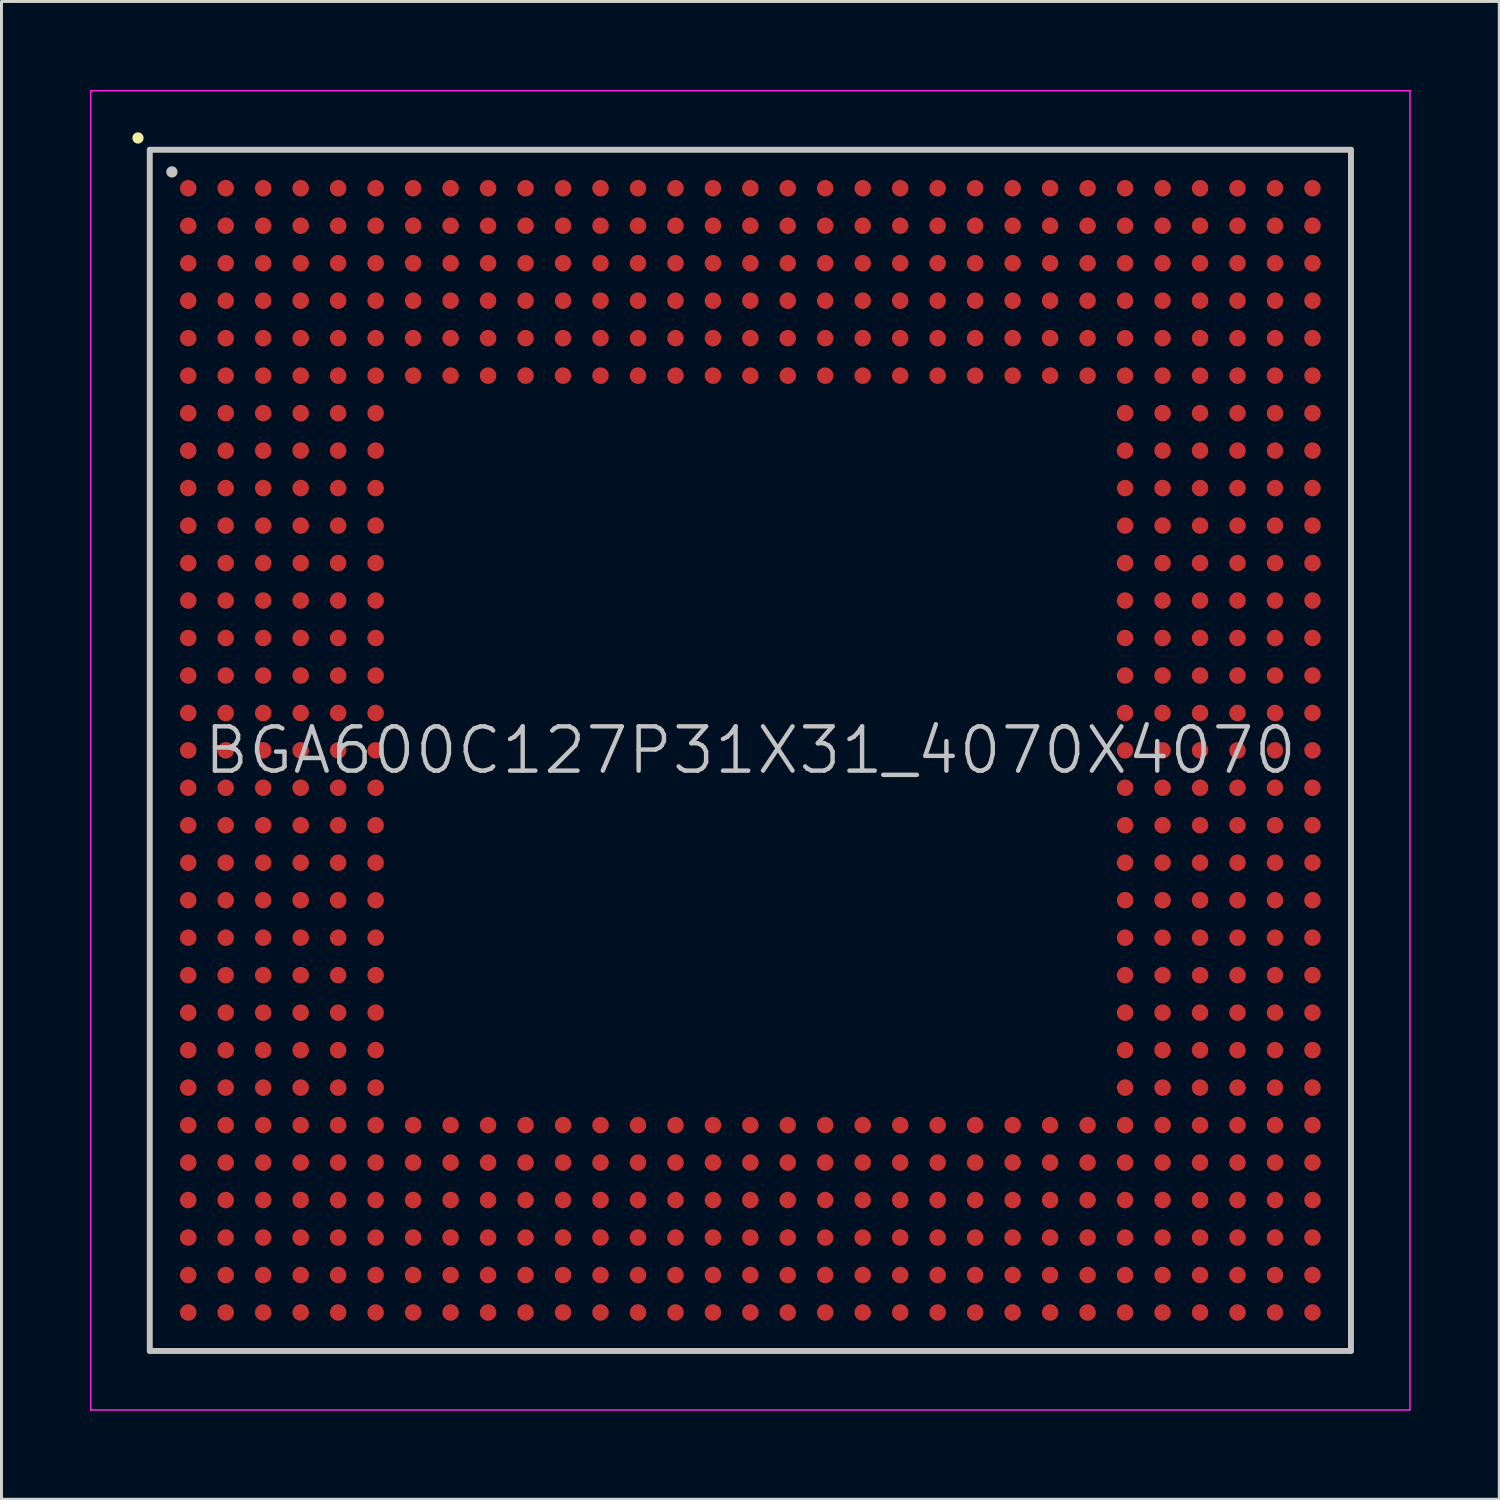
<source format=kicad_pcb>
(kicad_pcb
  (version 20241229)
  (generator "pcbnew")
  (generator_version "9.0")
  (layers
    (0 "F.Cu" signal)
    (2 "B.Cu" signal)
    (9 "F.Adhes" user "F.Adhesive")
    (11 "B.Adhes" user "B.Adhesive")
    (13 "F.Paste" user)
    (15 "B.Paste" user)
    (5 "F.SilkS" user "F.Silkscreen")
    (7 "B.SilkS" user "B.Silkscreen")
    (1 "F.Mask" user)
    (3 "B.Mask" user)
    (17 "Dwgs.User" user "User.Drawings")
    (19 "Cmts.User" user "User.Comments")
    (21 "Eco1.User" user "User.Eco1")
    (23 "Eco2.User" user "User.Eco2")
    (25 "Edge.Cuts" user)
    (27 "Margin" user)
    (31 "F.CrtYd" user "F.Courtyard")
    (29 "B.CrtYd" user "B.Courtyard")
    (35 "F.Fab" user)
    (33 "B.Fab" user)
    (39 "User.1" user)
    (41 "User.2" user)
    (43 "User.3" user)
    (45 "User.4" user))
  (footprint "BGA600C127P31X31_4070X4070"
    (layer "F.Cu")
    (at 22.375 22.375)
    (property "Reference" "BGA600C127P31X31_4070X4070" (at 0 0 0) (layer "Dwgs.User") (effects (font (size 1.5 1.5) (thickness 0.15))))
    (attr smd)
    (fp_line (start -20.75 -20.75) (end -20.75 -20.75) (stroke (width 0.381) (type solid)) (layer "F.SilkS"))
    (fp_line (start -20.35 -20.35) (end -20.35 20.35) (stroke (width 0.2) (type solid)) (layer "Dwgs.User"))
    (fp_line (start -20.35 -20.35) (end 20.35 -20.35) (stroke (width 0.2) (type solid)) (layer "Dwgs.User"))
    (fp_line (start -20.35 20.35) (end 20.35 20.35) (stroke (width 0.2) (type solid)) (layer "Dwgs.User"))
    (fp_line (start -19.6 -19.6) (end -19.6 -19.6) (stroke (width 0.381) (type solid)) (layer "Dwgs.User"))
    (fp_line (start 20.35 -20.35) (end 20.35 20.35) (stroke (width 0.2) (type solid)) (layer "Dwgs.User"))
    (fp_line (start -22.35 -22.35) (end -22.35 22.35) (stroke (width 0.05) (type solid)) (layer "F.CrtYd"))
    (fp_line (start -22.35 -22.35) (end 22.35 -22.35) (stroke (width 0.05) (type solid)) (layer "F.CrtYd"))
    (fp_line (start -22.35 22.35) (end 22.35 22.35) (stroke (width 0.05) (type solid)) (layer "F.CrtYd"))
    (fp_line (start 22.35 -22.35) (end 22.35 22.35) (stroke (width 0.05) (type solid)) (layer "F.CrtYd"))
    (pad "A1" smd circle (at -19.047 -19.047 270) (size 0.56 0.56) (layers "F.Cu" "F.Mask" "F.Paste"))
    (pad "A2" smd circle (at -17.777 -19.047 270) (size 0.56 0.56) (layers "F.Cu" "F.Mask" "F.Paste"))
    (pad "A3" smd circle (at -16.507 -19.047 270) (size 0.56 0.56) (layers "F.Cu" "F.Mask" "F.Paste"))
    (pad "A4" smd circle (at -15.237 -19.047 270) (size 0.56 0.56) (layers "F.Cu" "F.Mask" "F.Paste"))
    (pad "A5" smd circle (at -13.967 -19.047 270) (size 0.56 0.56) (layers "F.Cu" "F.Mask" "F.Paste"))
    (pad "A6" smd circle (at -12.697 -19.047 270) (size 0.56 0.56) (layers "F.Cu" "F.Mask" "F.Paste"))
    (pad "A7" smd circle (at -11.427 -19.047 270) (size 0.56 0.56) (layers "F.Cu" "F.Mask" "F.Paste"))
    (pad "A8" smd circle (at -10.157 -19.047 270) (size 0.56 0.56) (layers "F.Cu" "F.Mask" "F.Paste"))
    (pad "A9" smd circle (at -8.887 -19.047 270) (size 0.56 0.56) (layers "F.Cu" "F.Mask" "F.Paste"))
    (pad "A10" smd circle (at -7.617 -19.047 270) (size 0.56 0.56) (layers "F.Cu" "F.Mask" "F.Paste"))
    (pad "A11" smd circle (at -6.347 -19.047 270) (size 0.56 0.56) (layers "F.Cu" "F.Mask" "F.Paste"))
    (pad "A12" smd circle (at -5.077 -19.047 270) (size 0.56 0.56) (layers "F.Cu" "F.Mask" "F.Paste"))
    (pad "A13" smd circle (at -3.807 -19.047 270) (size 0.56 0.56) (layers "F.Cu" "F.Mask" "F.Paste"))
    (pad "A14" smd circle (at -2.537 -19.047 270) (size 0.56 0.56) (layers "F.Cu" "F.Mask" "F.Paste"))
    (pad "A15" smd circle (at -1.267 -19.047 270) (size 0.56 0.56) (layers "F.Cu" "F.Mask" "F.Paste"))
    (pad "A16" smd circle (at 0 -19.047 270) (size 0.56 0.56) (layers "F.Cu" "F.Mask" "F.Paste"))
    (pad "A17" smd circle (at 1.267 -19.047 270) (size 0.56 0.56) (layers "F.Cu" "F.Mask" "F.Paste"))
    (pad "A18" smd circle (at 2.537 -19.047 270) (size 0.56 0.56) (layers "F.Cu" "F.Mask" "F.Paste"))
    (pad "A19" smd circle (at 3.807 -19.047 270) (size 0.56 0.56) (layers "F.Cu" "F.Mask" "F.Paste"))
    (pad "A20" smd circle (at 5.077 -19.047 270) (size 0.56 0.56) (layers "F.Cu" "F.Mask" "F.Paste"))
    (pad "A21" smd circle (at 6.347 -19.047 270) (size 0.56 0.56) (layers "F.Cu" "F.Mask" "F.Paste"))
    (pad "A22" smd circle (at 7.617 -19.047 270) (size 0.56 0.56) (layers "F.Cu" "F.Mask" "F.Paste"))
    (pad "A23" smd circle (at 8.887 -19.047 270) (size 0.56 0.56) (layers "F.Cu" "F.Mask" "F.Paste"))
    (pad "A24" smd circle (at 10.157 -19.047 270) (size 0.56 0.56) (layers "F.Cu" "F.Mask" "F.Paste"))
    (pad "A25" smd circle (at 11.427 -19.047 270) (size 0.56 0.56) (layers "F.Cu" "F.Mask" "F.Paste"))
    (pad "A26" smd circle (at 12.697 -19.047 270) (size 0.56 0.56) (layers "F.Cu" "F.Mask" "F.Paste"))
    (pad "A27" smd circle (at 13.967 -19.047 270) (size 0.56 0.56) (layers "F.Cu" "F.Mask" "F.Paste"))
    (pad "A28" smd circle (at 15.237 -19.047 270) (size 0.56 0.56) (layers "F.Cu" "F.Mask" "F.Paste"))
    (pad "A29" smd circle (at 16.507 -19.047 270) (size 0.56 0.56) (layers "F.Cu" "F.Mask" "F.Paste"))
    (pad "A30" smd circle (at 17.777 -19.047 270) (size 0.56 0.56) (layers "F.Cu" "F.Mask" "F.Paste"))
    (pad "A31" smd circle (at 19.047 -19.047 270) (size 0.56 0.56) (layers "F.Cu" "F.Mask" "F.Paste"))
    (pad "AA1" smd circle (at -19.047 6.347 270) (size 0.56 0.56) (layers "F.Cu" "F.Mask" "F.Paste"))
    (pad "AA2" smd circle (at -17.777 6.347 270) (size 0.56 0.56) (layers "F.Cu" "F.Mask" "F.Paste"))
    (pad "AA3" smd circle (at -16.507 6.347 270) (size 0.56 0.56) (layers "F.Cu" "F.Mask" "F.Paste"))
    (pad "AA4" smd circle (at -15.237 6.347 270) (size 0.56 0.56) (layers "F.Cu" "F.Mask" "F.Paste"))
    (pad "AA5" smd circle (at -13.967 6.347 270) (size 0.56 0.56) (layers "F.Cu" "F.Mask" "F.Paste"))
    (pad "AA6" smd circle (at -12.697 6.347 270) (size 0.56 0.56) (layers "F.Cu" "F.Mask" "F.Paste"))
    (pad "AA26" smd circle (at 12.697 6.347 270) (size 0.56 0.56) (layers "F.Cu" "F.Mask" "F.Paste"))
    (pad "AA27" smd circle (at 13.967 6.347 270) (size 0.56 0.56) (layers "F.Cu" "F.Mask" "F.Paste"))
    (pad "AA28" smd circle (at 15.237 6.347 270) (size 0.56 0.56) (layers "F.Cu" "F.Mask" "F.Paste"))
    (pad "AA29" smd circle (at 16.507 6.347 270) (size 0.56 0.56) (layers "F.Cu" "F.Mask" "F.Paste"))
    (pad "AA30" smd circle (at 17.777 6.347 270) (size 0.56 0.56) (layers "F.Cu" "F.Mask" "F.Paste"))
    (pad "AA31" smd circle (at 19.047 6.347 270) (size 0.56 0.56) (layers "F.Cu" "F.Mask" "F.Paste"))
    (pad "AB1" smd circle (at -19.047 7.617 270) (size 0.56 0.56) (layers "F.Cu" "F.Mask" "F.Paste"))
    (pad "AB2" smd circle (at -17.777 7.617 270) (size 0.56 0.56) (layers "F.Cu" "F.Mask" "F.Paste"))
    (pad "AB3" smd circle (at -16.507 7.617 270) (size 0.56 0.56) (layers "F.Cu" "F.Mask" "F.Paste"))
    (pad "AB4" smd circle (at -15.237 7.617 270) (size 0.56 0.56) (layers "F.Cu" "F.Mask" "F.Paste"))
    (pad "AB5" smd circle (at -13.967 7.617 270) (size 0.56 0.56) (layers "F.Cu" "F.Mask" "F.Paste"))
    (pad "AB6" smd circle (at -12.697 7.617 270) (size 0.56 0.56) (layers "F.Cu" "F.Mask" "F.Paste"))
    (pad "AB26" smd circle (at 12.697 7.617 270) (size 0.56 0.56) (layers "F.Cu" "F.Mask" "F.Paste"))
    (pad "AB27" smd circle (at 13.967 7.617 270) (size 0.56 0.56) (layers "F.Cu" "F.Mask" "F.Paste"))
    (pad "AB28" smd circle (at 15.237 7.617 270) (size 0.56 0.56) (layers "F.Cu" "F.Mask" "F.Paste"))
    (pad "AB29" smd circle (at 16.507 7.617 270) (size 0.56 0.56) (layers "F.Cu" "F.Mask" "F.Paste"))
    (pad "AB30" smd circle (at 17.777 7.617 270) (size 0.56 0.56) (layers "F.Cu" "F.Mask" "F.Paste"))
    (pad "AB31" smd circle (at 19.047 7.617 270) (size 0.56 0.56) (layers "F.Cu" "F.Mask" "F.Paste"))
    (pad "AC1" smd circle (at -19.047 8.887 270) (size 0.56 0.56) (layers "F.Cu" "F.Mask" "F.Paste"))
    (pad "AC2" smd circle (at -17.777 8.887 270) (size 0.56 0.56) (layers "F.Cu" "F.Mask" "F.Paste"))
    (pad "AC3" smd circle (at -16.507 8.887 270) (size 0.56 0.56) (layers "F.Cu" "F.Mask" "F.Paste"))
    (pad "AC4" smd circle (at -15.237 8.887 270) (size 0.56 0.56) (layers "F.Cu" "F.Mask" "F.Paste"))
    (pad "AC5" smd circle (at -13.967 8.887 270) (size 0.56 0.56) (layers "F.Cu" "F.Mask" "F.Paste"))
    (pad "AC6" smd circle (at -12.697 8.887 270) (size 0.56 0.56) (layers "F.Cu" "F.Mask" "F.Paste"))
    (pad "AC26" smd circle (at 12.697 8.887 270) (size 0.56 0.56) (layers "F.Cu" "F.Mask" "F.Paste"))
    (pad "AC27" smd circle (at 13.967 8.887 270) (size 0.56 0.56) (layers "F.Cu" "F.Mask" "F.Paste"))
    (pad "AC28" smd circle (at 15.237 8.887 270) (size 0.56 0.56) (layers "F.Cu" "F.Mask" "F.Paste"))
    (pad "AC29" smd circle (at 16.507 8.887 270) (size 0.56 0.56) (layers "F.Cu" "F.Mask" "F.Paste"))
    (pad "AC30" smd circle (at 17.777 8.887 270) (size 0.56 0.56) (layers "F.Cu" "F.Mask" "F.Paste"))
    (pad "AC31" smd circle (at 19.047 8.887 270) (size 0.56 0.56) (layers "F.Cu" "F.Mask" "F.Paste"))
    (pad "AD1" smd circle (at -19.047 10.157 270) (size 0.56 0.56) (layers "F.Cu" "F.Mask" "F.Paste"))
    (pad "AD2" smd circle (at -17.777 10.157 270) (size 0.56 0.56) (layers "F.Cu" "F.Mask" "F.Paste"))
    (pad "AD3" smd circle (at -16.507 10.157 270) (size 0.56 0.56) (layers "F.Cu" "F.Mask" "F.Paste"))
    (pad "AD4" smd circle (at -15.237 10.157 270) (size 0.56 0.56) (layers "F.Cu" "F.Mask" "F.Paste"))
    (pad "AD5" smd circle (at -13.967 10.157 270) (size 0.56 0.56) (layers "F.Cu" "F.Mask" "F.Paste"))
    (pad "AD6" smd circle (at -12.697 10.157 270) (size 0.56 0.56) (layers "F.Cu" "F.Mask" "F.Paste"))
    (pad "AD26" smd circle (at 12.697 10.157 270) (size 0.56 0.56) (layers "F.Cu" "F.Mask" "F.Paste"))
    (pad "AD27" smd circle (at 13.967 10.157 270) (size 0.56 0.56) (layers "F.Cu" "F.Mask" "F.Paste"))
    (pad "AD28" smd circle (at 15.237 10.157 270) (size 0.56 0.56) (layers "F.Cu" "F.Mask" "F.Paste"))
    (pad "AD29" smd circle (at 16.507 10.157 270) (size 0.56 0.56) (layers "F.Cu" "F.Mask" "F.Paste"))
    (pad "AD30" smd circle (at 17.777 10.157 270) (size 0.56 0.56) (layers "F.Cu" "F.Mask" "F.Paste"))
    (pad "AD31" smd circle (at 19.047 10.157 270) (size 0.56 0.56) (layers "F.Cu" "F.Mask" "F.Paste"))
    (pad "AE1" smd circle (at -19.047 11.427 270) (size 0.56 0.56) (layers "F.Cu" "F.Mask" "F.Paste"))
    (pad "AE2" smd circle (at -17.777 11.427 270) (size 0.56 0.56) (layers "F.Cu" "F.Mask" "F.Paste"))
    (pad "AE3" smd circle (at -16.507 11.427 270) (size 0.56 0.56) (layers "F.Cu" "F.Mask" "F.Paste"))
    (pad "AE4" smd circle (at -15.237 11.427 270) (size 0.56 0.56) (layers "F.Cu" "F.Mask" "F.Paste"))
    (pad "AE5" smd circle (at -13.967 11.427 270) (size 0.56 0.56) (layers "F.Cu" "F.Mask" "F.Paste"))
    (pad "AE6" smd circle (at -12.697 11.427 270) (size 0.56 0.56) (layers "F.Cu" "F.Mask" "F.Paste"))
    (pad "AE26" smd circle (at 12.697 11.427 270) (size 0.56 0.56) (layers "F.Cu" "F.Mask" "F.Paste"))
    (pad "AE27" smd circle (at 13.967 11.427 270) (size 0.56 0.56) (layers "F.Cu" "F.Mask" "F.Paste"))
    (pad "AE28" smd circle (at 15.237 11.427 270) (size 0.56 0.56) (layers "F.Cu" "F.Mask" "F.Paste"))
    (pad "AE29" smd circle (at 16.507 11.427 270) (size 0.56 0.56) (layers "F.Cu" "F.Mask" "F.Paste"))
    (pad "AE30" smd circle (at 17.777 11.427 270) (size 0.56 0.56) (layers "F.Cu" "F.Mask" "F.Paste"))
    (pad "AE31" smd circle (at 19.047 11.427 270) (size 0.56 0.56) (layers "F.Cu" "F.Mask" "F.Paste"))
    (pad "AF1" smd circle (at -19.047 12.697 270) (size 0.56 0.56) (layers "F.Cu" "F.Mask" "F.Paste"))
    (pad "AF2" smd circle (at -17.777 12.697 270) (size 0.56 0.56) (layers "F.Cu" "F.Mask" "F.Paste"))
    (pad "AF3" smd circle (at -16.507 12.697 270) (size 0.56 0.56) (layers "F.Cu" "F.Mask" "F.Paste"))
    (pad "AF4" smd circle (at -15.237 12.697 270) (size 0.56 0.56) (layers "F.Cu" "F.Mask" "F.Paste"))
    (pad "AF5" smd circle (at -13.967 12.697 270) (size 0.56 0.56) (layers "F.Cu" "F.Mask" "F.Paste"))
    (pad "AF6" smd circle (at -12.697 12.697 270) (size 0.56 0.56) (layers "F.Cu" "F.Mask" "F.Paste"))
    (pad "AF7" smd circle (at -11.427 12.697 270) (size 0.56 0.56) (layers "F.Cu" "F.Mask" "F.Paste"))
    (pad "AF8" smd circle (at -10.157 12.697 270) (size 0.56 0.56) (layers "F.Cu" "F.Mask" "F.Paste"))
    (pad "AF9" smd circle (at -8.887 12.697 270) (size 0.56 0.56) (layers "F.Cu" "F.Mask" "F.Paste"))
    (pad "AF10" smd circle (at -7.617 12.697 270) (size 0.56 0.56) (layers "F.Cu" "F.Mask" "F.Paste"))
    (pad "AF11" smd circle (at -6.347 12.697 270) (size 0.56 0.56) (layers "F.Cu" "F.Mask" "F.Paste"))
    (pad "AF12" smd circle (at -5.077 12.697 270) (size 0.56 0.56) (layers "F.Cu" "F.Mask" "F.Paste"))
    (pad "AF13" smd circle (at -3.807 12.697 270) (size 0.56 0.56) (layers "F.Cu" "F.Mask" "F.Paste"))
    (pad "AF14" smd circle (at -2.537 12.697 270) (size 0.56 0.56) (layers "F.Cu" "F.Mask" "F.Paste"))
    (pad "AF15" smd circle (at -1.267 12.697 270) (size 0.56 0.56) (layers "F.Cu" "F.Mask" "F.Paste"))
    (pad "AF16" smd circle (at 0 12.697 270) (size 0.56 0.56) (layers "F.Cu" "F.Mask" "F.Paste"))
    (pad "AF17" smd circle (at 1.267 12.697 270) (size 0.56 0.56) (layers "F.Cu" "F.Mask" "F.Paste"))
    (pad "AF18" smd circle (at 2.537 12.697 270) (size 0.56 0.56) (layers "F.Cu" "F.Mask" "F.Paste"))
    (pad "AF19" smd circle (at 3.807 12.697 270) (size 0.56 0.56) (layers "F.Cu" "F.Mask" "F.Paste"))
    (pad "AF20" smd circle (at 5.077 12.697 270) (size 0.56 0.56) (layers "F.Cu" "F.Mask" "F.Paste"))
    (pad "AF21" smd circle (at 6.347 12.697 270) (size 0.56 0.56) (layers "F.Cu" "F.Mask" "F.Paste"))
    (pad "AF22" smd circle (at 7.617 12.697 270) (size 0.56 0.56) (layers "F.Cu" "F.Mask" "F.Paste"))
    (pad "AF23" smd circle (at 8.887 12.697 270) (size 0.56 0.56) (layers "F.Cu" "F.Mask" "F.Paste"))
    (pad "AF24" smd circle (at 10.157 12.697 270) (size 0.56 0.56) (layers "F.Cu" "F.Mask" "F.Paste"))
    (pad "AF25" smd circle (at 11.427 12.697 270) (size 0.56 0.56) (layers "F.Cu" "F.Mask" "F.Paste"))
    (pad "AF26" smd circle (at 12.697 12.697 270) (size 0.56 0.56) (layers "F.Cu" "F.Mask" "F.Paste"))
    (pad "AF27" smd circle (at 13.967 12.697 270) (size 0.56 0.56) (layers "F.Cu" "F.Mask" "F.Paste"))
    (pad "AF28" smd circle (at 15.237 12.697 270) (size 0.56 0.56) (layers "F.Cu" "F.Mask" "F.Paste"))
    (pad "AF29" smd circle (at 16.507 12.697 270) (size 0.56 0.56) (layers "F.Cu" "F.Mask" "F.Paste"))
    (pad "AF30" smd circle (at 17.777 12.697 270) (size 0.56 0.56) (layers "F.Cu" "F.Mask" "F.Paste"))
    (pad "AF31" smd circle (at 19.047 12.697 270) (size 0.56 0.56) (layers "F.Cu" "F.Mask" "F.Paste"))
    (pad "AG1" smd circle (at -19.047 13.967 270) (size 0.56 0.56) (layers "F.Cu" "F.Mask" "F.Paste"))
    (pad "AG2" smd circle (at -17.777 13.967 270) (size 0.56 0.56) (layers "F.Cu" "F.Mask" "F.Paste"))
    (pad "AG3" smd circle (at -16.507 13.967 270) (size 0.56 0.56) (layers "F.Cu" "F.Mask" "F.Paste"))
    (pad "AG4" smd circle (at -15.237 13.967 270) (size 0.56 0.56) (layers "F.Cu" "F.Mask" "F.Paste"))
    (pad "AG5" smd circle (at -13.967 13.967 270) (size 0.56 0.56) (layers "F.Cu" "F.Mask" "F.Paste"))
    (pad "AG6" smd circle (at -12.697 13.967 270) (size 0.56 0.56) (layers "F.Cu" "F.Mask" "F.Paste"))
    (pad "AG7" smd circle (at -11.427 13.967 270) (size 0.56 0.56) (layers "F.Cu" "F.Mask" "F.Paste"))
    (pad "AG8" smd circle (at -10.157 13.967 270) (size 0.56 0.56) (layers "F.Cu" "F.Mask" "F.Paste"))
    (pad "AG9" smd circle (at -8.887 13.967 270) (size 0.56 0.56) (layers "F.Cu" "F.Mask" "F.Paste"))
    (pad "AG10" smd circle (at -7.617 13.967 270) (size 0.56 0.56) (layers "F.Cu" "F.Mask" "F.Paste"))
    (pad "AG11" smd circle (at -6.347 13.967 270) (size 0.56 0.56) (layers "F.Cu" "F.Mask" "F.Paste"))
    (pad "AG12" smd circle (at -5.077 13.967 270) (size 0.56 0.56) (layers "F.Cu" "F.Mask" "F.Paste"))
    (pad "AG13" smd circle (at -3.807 13.967 270) (size 0.56 0.56) (layers "F.Cu" "F.Mask" "F.Paste"))
    (pad "AG14" smd circle (at -2.537 13.967 270) (size 0.56 0.56) (layers "F.Cu" "F.Mask" "F.Paste"))
    (pad "AG15" smd circle (at -1.267 13.967 270) (size 0.56 0.56) (layers "F.Cu" "F.Mask" "F.Paste"))
    (pad "AG16" smd circle (at 0 13.967 270) (size 0.56 0.56) (layers "F.Cu" "F.Mask" "F.Paste"))
    (pad "AG17" smd circle (at 1.267 13.967 270) (size 0.56 0.56) (layers "F.Cu" "F.Mask" "F.Paste"))
    (pad "AG18" smd circle (at 2.537 13.967 270) (size 0.56 0.56) (layers "F.Cu" "F.Mask" "F.Paste"))
    (pad "AG19" smd circle (at 3.807 13.967 270) (size 0.56 0.56) (layers "F.Cu" "F.Mask" "F.Paste"))
    (pad "AG20" smd circle (at 5.077 13.967 270) (size 0.56 0.56) (layers "F.Cu" "F.Mask" "F.Paste"))
    (pad "AG21" smd circle (at 6.347 13.967 270) (size 0.56 0.56) (layers "F.Cu" "F.Mask" "F.Paste"))
    (pad "AG22" smd circle (at 7.617 13.967 270) (size 0.56 0.56) (layers "F.Cu" "F.Mask" "F.Paste"))
    (pad "AG23" smd circle (at 8.887 13.967 270) (size 0.56 0.56) (layers "F.Cu" "F.Mask" "F.Paste"))
    (pad "AG24" smd circle (at 10.157 13.967 270) (size 0.56 0.56) (layers "F.Cu" "F.Mask" "F.Paste"))
    (pad "AG25" smd circle (at 11.427 13.967 270) (size 0.56 0.56) (layers "F.Cu" "F.Mask" "F.Paste"))
    (pad "AG26" smd circle (at 12.697 13.967 270) (size 0.56 0.56) (layers "F.Cu" "F.Mask" "F.Paste"))
    (pad "AG27" smd circle (at 13.967 13.967 270) (size 0.56 0.56) (layers "F.Cu" "F.Mask" "F.Paste"))
    (pad "AG28" smd circle (at 15.237 13.967 270) (size 0.56 0.56) (layers "F.Cu" "F.Mask" "F.Paste"))
    (pad "AG29" smd circle (at 16.507 13.967 270) (size 0.56 0.56) (layers "F.Cu" "F.Mask" "F.Paste"))
    (pad "AG30" smd circle (at 17.777 13.967 270) (size 0.56 0.56) (layers "F.Cu" "F.Mask" "F.Paste"))
    (pad "AG31" smd circle (at 19.047 13.967 270) (size 0.56 0.56) (layers "F.Cu" "F.Mask" "F.Paste"))
    (pad "AH1" smd circle (at -19.047 15.237 270) (size 0.56 0.56) (layers "F.Cu" "F.Mask" "F.Paste"))
    (pad "AH2" smd circle (at -17.777 15.237 270) (size 0.56 0.56) (layers "F.Cu" "F.Mask" "F.Paste"))
    (pad "AH3" smd circle (at -16.507 15.237 270) (size 0.56 0.56) (layers "F.Cu" "F.Mask" "F.Paste"))
    (pad "AH4" smd circle (at -15.237 15.237 270) (size 0.56 0.56) (layers "F.Cu" "F.Mask" "F.Paste"))
    (pad "AH5" smd circle (at -13.967 15.237 270) (size 0.56 0.56) (layers "F.Cu" "F.Mask" "F.Paste"))
    (pad "AH6" smd circle (at -12.697 15.237 270) (size 0.56 0.56) (layers "F.Cu" "F.Mask" "F.Paste"))
    (pad "AH7" smd circle (at -11.427 15.237 270) (size 0.56 0.56) (layers "F.Cu" "F.Mask" "F.Paste"))
    (pad "AH8" smd circle (at -10.157 15.237 270) (size 0.56 0.56) (layers "F.Cu" "F.Mask" "F.Paste"))
    (pad "AH9" smd circle (at -8.887 15.237 270) (size 0.56 0.56) (layers "F.Cu" "F.Mask" "F.Paste"))
    (pad "AH10" smd circle (at -7.617 15.237 270) (size 0.56 0.56) (layers "F.Cu" "F.Mask" "F.Paste"))
    (pad "AH11" smd circle (at -6.347 15.237 270) (size 0.56 0.56) (layers "F.Cu" "F.Mask" "F.Paste"))
    (pad "AH12" smd circle (at -5.077 15.237 270) (size 0.56 0.56) (layers "F.Cu" "F.Mask" "F.Paste"))
    (pad "AH13" smd circle (at -3.807 15.237 270) (size 0.56 0.56) (layers "F.Cu" "F.Mask" "F.Paste"))
    (pad "AH14" smd circle (at -2.537 15.237 270) (size 0.56 0.56) (layers "F.Cu" "F.Mask" "F.Paste"))
    (pad "AH15" smd circle (at -1.267 15.237 270) (size 0.56 0.56) (layers "F.Cu" "F.Mask" "F.Paste"))
    (pad "AH16" smd circle (at 0 15.237 270) (size 0.56 0.56) (layers "F.Cu" "F.Mask" "F.Paste"))
    (pad "AH17" smd circle (at 1.267 15.237 270) (size 0.56 0.56) (layers "F.Cu" "F.Mask" "F.Paste"))
    (pad "AH18" smd circle (at 2.537 15.237 270) (size 0.56 0.56) (layers "F.Cu" "F.Mask" "F.Paste"))
    (pad "AH19" smd circle (at 3.807 15.237 270) (size 0.56 0.56) (layers "F.Cu" "F.Mask" "F.Paste"))
    (pad "AH20" smd circle (at 5.077 15.237 270) (size 0.56 0.56) (layers "F.Cu" "F.Mask" "F.Paste"))
    (pad "AH21" smd circle (at 6.347 15.237 270) (size 0.56 0.56) (layers "F.Cu" "F.Mask" "F.Paste"))
    (pad "AH22" smd circle (at 7.617 15.237 270) (size 0.56 0.56) (layers "F.Cu" "F.Mask" "F.Paste"))
    (pad "AH23" smd circle (at 8.887 15.237 270) (size 0.56 0.56) (layers "F.Cu" "F.Mask" "F.Paste"))
    (pad "AH24" smd circle (at 10.157 15.237 270) (size 0.56 0.56) (layers "F.Cu" "F.Mask" "F.Paste"))
    (pad "AH25" smd circle (at 11.427 15.237 270) (size 0.56 0.56) (layers "F.Cu" "F.Mask" "F.Paste"))
    (pad "AH26" smd circle (at 12.697 15.237 270) (size 0.56 0.56) (layers "F.Cu" "F.Mask" "F.Paste"))
    (pad "AH27" smd circle (at 13.967 15.237 270) (size 0.56 0.56) (layers "F.Cu" "F.Mask" "F.Paste"))
    (pad "AH28" smd circle (at 15.237 15.237 270) (size 0.56 0.56) (layers "F.Cu" "F.Mask" "F.Paste"))
    (pad "AH29" smd circle (at 16.507 15.237 270) (size 0.56 0.56) (layers "F.Cu" "F.Mask" "F.Paste"))
    (pad "AH30" smd circle (at 17.777 15.237 270) (size 0.56 0.56) (layers "F.Cu" "F.Mask" "F.Paste"))
    (pad "AH31" smd circle (at 19.047 15.237 270) (size 0.56 0.56) (layers "F.Cu" "F.Mask" "F.Paste"))
    (pad "AJ1" smd circle (at -19.047 16.507 270) (size 0.56 0.56) (layers "F.Cu" "F.Mask" "F.Paste"))
    (pad "AJ2" smd circle (at -17.777 16.507 270) (size 0.56 0.56) (layers "F.Cu" "F.Mask" "F.Paste"))
    (pad "AJ3" smd circle (at -16.507 16.507 270) (size 0.56 0.56) (layers "F.Cu" "F.Mask" "F.Paste"))
    (pad "AJ4" smd circle (at -15.237 16.507 270) (size 0.56 0.56) (layers "F.Cu" "F.Mask" "F.Paste"))
    (pad "AJ5" smd circle (at -13.967 16.507 270) (size 0.56 0.56) (layers "F.Cu" "F.Mask" "F.Paste"))
    (pad "AJ6" smd circle (at -12.697 16.507 270) (size 0.56 0.56) (layers "F.Cu" "F.Mask" "F.Paste"))
    (pad "AJ7" smd circle (at -11.427 16.507 270) (size 0.56 0.56) (layers "F.Cu" "F.Mask" "F.Paste"))
    (pad "AJ8" smd circle (at -10.157 16.507 270) (size 0.56 0.56) (layers "F.Cu" "F.Mask" "F.Paste"))
    (pad "AJ9" smd circle (at -8.887 16.507 270) (size 0.56 0.56) (layers "F.Cu" "F.Mask" "F.Paste"))
    (pad "AJ10" smd circle (at -7.617 16.507 270) (size 0.56 0.56) (layers "F.Cu" "F.Mask" "F.Paste"))
    (pad "AJ11" smd circle (at -6.347 16.507 270) (size 0.56 0.56) (layers "F.Cu" "F.Mask" "F.Paste"))
    (pad "AJ12" smd circle (at -5.077 16.507 270) (size 0.56 0.56) (layers "F.Cu" "F.Mask" "F.Paste"))
    (pad "AJ13" smd circle (at -3.807 16.507 270) (size 0.56 0.56) (layers "F.Cu" "F.Mask" "F.Paste"))
    (pad "AJ14" smd circle (at -2.537 16.507 270) (size 0.56 0.56) (layers "F.Cu" "F.Mask" "F.Paste"))
    (pad "AJ15" smd circle (at -1.267 16.507 270) (size 0.56 0.56) (layers "F.Cu" "F.Mask" "F.Paste"))
    (pad "AJ16" smd circle (at 0 16.507 270) (size 0.56 0.56) (layers "F.Cu" "F.Mask" "F.Paste"))
    (pad "AJ17" smd circle (at 1.267 16.507 270) (size 0.56 0.56) (layers "F.Cu" "F.Mask" "F.Paste"))
    (pad "AJ18" smd circle (at 2.537 16.507 270) (size 0.56 0.56) (layers "F.Cu" "F.Mask" "F.Paste"))
    (pad "AJ19" smd circle (at 3.807 16.507 270) (size 0.56 0.56) (layers "F.Cu" "F.Mask" "F.Paste"))
    (pad "AJ20" smd circle (at 5.077 16.507 270) (size 0.56 0.56) (layers "F.Cu" "F.Mask" "F.Paste"))
    (pad "AJ21" smd circle (at 6.347 16.507 270) (size 0.56 0.56) (layers "F.Cu" "F.Mask" "F.Paste"))
    (pad "AJ22" smd circle (at 7.617 16.507 270) (size 0.56 0.56) (layers "F.Cu" "F.Mask" "F.Paste"))
    (pad "AJ23" smd circle (at 8.887 16.507 270) (size 0.56 0.56) (layers "F.Cu" "F.Mask" "F.Paste"))
    (pad "AJ24" smd circle (at 10.157 16.507 270) (size 0.56 0.56) (layers "F.Cu" "F.Mask" "F.Paste"))
    (pad "AJ25" smd circle (at 11.427 16.507 270) (size 0.56 0.56) (layers "F.Cu" "F.Mask" "F.Paste"))
    (pad "AJ26" smd circle (at 12.697 16.507 270) (size 0.56 0.56) (layers "F.Cu" "F.Mask" "F.Paste"))
    (pad "AJ27" smd circle (at 13.967 16.507 270) (size 0.56 0.56) (layers "F.Cu" "F.Mask" "F.Paste"))
    (pad "AJ28" smd circle (at 15.237 16.507 270) (size 0.56 0.56) (layers "F.Cu" "F.Mask" "F.Paste"))
    (pad "AJ29" smd circle (at 16.507 16.507 270) (size 0.56 0.56) (layers "F.Cu" "F.Mask" "F.Paste"))
    (pad "AJ30" smd circle (at 17.777 16.507 270) (size 0.56 0.56) (layers "F.Cu" "F.Mask" "F.Paste"))
    (pad "AJ31" smd circle (at 19.047 16.507 270) (size 0.56 0.56) (layers "F.Cu" "F.Mask" "F.Paste"))
    (pad "AK1" smd circle (at -19.047 17.777 270) (size 0.56 0.56) (layers "F.Cu" "F.Mask" "F.Paste"))
    (pad "AK2" smd circle (at -17.777 17.777 270) (size 0.56 0.56) (layers "F.Cu" "F.Mask" "F.Paste"))
    (pad "AK3" smd circle (at -16.507 17.777 270) (size 0.56 0.56) (layers "F.Cu" "F.Mask" "F.Paste"))
    (pad "AK4" smd circle (at -15.237 17.777 270) (size 0.56 0.56) (layers "F.Cu" "F.Mask" "F.Paste"))
    (pad "AK5" smd circle (at -13.967 17.777 270) (size 0.56 0.56) (layers "F.Cu" "F.Mask" "F.Paste"))
    (pad "AK6" smd circle (at -12.697 17.777 270) (size 0.56 0.56) (layers "F.Cu" "F.Mask" "F.Paste"))
    (pad "AK7" smd circle (at -11.427 17.777 270) (size 0.56 0.56) (layers "F.Cu" "F.Mask" "F.Paste"))
    (pad "AK8" smd circle (at -10.157 17.777 270) (size 0.56 0.56) (layers "F.Cu" "F.Mask" "F.Paste"))
    (pad "AK9" smd circle (at -8.887 17.777 270) (size 0.56 0.56) (layers "F.Cu" "F.Mask" "F.Paste"))
    (pad "AK10" smd circle (at -7.617 17.777 270) (size 0.56 0.56) (layers "F.Cu" "F.Mask" "F.Paste"))
    (pad "AK11" smd circle (at -6.347 17.777 270) (size 0.56 0.56) (layers "F.Cu" "F.Mask" "F.Paste"))
    (pad "AK12" smd circle (at -5.077 17.777 270) (size 0.56 0.56) (layers "F.Cu" "F.Mask" "F.Paste"))
    (pad "AK13" smd circle (at -3.807 17.777 270) (size 0.56 0.56) (layers "F.Cu" "F.Mask" "F.Paste"))
    (pad "AK14" smd circle (at -2.537 17.777 270) (size 0.56 0.56) (layers "F.Cu" "F.Mask" "F.Paste"))
    (pad "AK15" smd circle (at -1.267 17.777 270) (size 0.56 0.56) (layers "F.Cu" "F.Mask" "F.Paste"))
    (pad "AK16" smd circle (at 0 17.777 270) (size 0.56 0.56) (layers "F.Cu" "F.Mask" "F.Paste"))
    (pad "AK17" smd circle (at 1.267 17.777 270) (size 0.56 0.56) (layers "F.Cu" "F.Mask" "F.Paste"))
    (pad "AK18" smd circle (at 2.537 17.777 270) (size 0.56 0.56) (layers "F.Cu" "F.Mask" "F.Paste"))
    (pad "AK19" smd circle (at 3.807 17.777 270) (size 0.56 0.56) (layers "F.Cu" "F.Mask" "F.Paste"))
    (pad "AK20" smd circle (at 5.077 17.777 270) (size 0.56 0.56) (layers "F.Cu" "F.Mask" "F.Paste"))
    (pad "AK21" smd circle (at 6.347 17.777 270) (size 0.56 0.56) (layers "F.Cu" "F.Mask" "F.Paste"))
    (pad "AK22" smd circle (at 7.617 17.777 270) (size 0.56 0.56) (layers "F.Cu" "F.Mask" "F.Paste"))
    (pad "AK23" smd circle (at 8.887 17.777 270) (size 0.56 0.56) (layers "F.Cu" "F.Mask" "F.Paste"))
    (pad "AK24" smd circle (at 10.157 17.777 270) (size 0.56 0.56) (layers "F.Cu" "F.Mask" "F.Paste"))
    (pad "AK25" smd circle (at 11.427 17.777 270) (size 0.56 0.56) (layers "F.Cu" "F.Mask" "F.Paste"))
    (pad "AK26" smd circle (at 12.697 17.777 270) (size 0.56 0.56) (layers "F.Cu" "F.Mask" "F.Paste"))
    (pad "AK27" smd circle (at 13.967 17.777 270) (size 0.56 0.56) (layers "F.Cu" "F.Mask" "F.Paste"))
    (pad "AK28" smd circle (at 15.237 17.777 270) (size 0.56 0.56) (layers "F.Cu" "F.Mask" "F.Paste"))
    (pad "AK29" smd circle (at 16.507 17.777 270) (size 0.56 0.56) (layers "F.Cu" "F.Mask" "F.Paste"))
    (pad "AK30" smd circle (at 17.777 17.777 270) (size 0.56 0.56) (layers "F.Cu" "F.Mask" "F.Paste"))
    (pad "AK31" smd circle (at 19.047 17.777 270) (size 0.56 0.56) (layers "F.Cu" "F.Mask" "F.Paste"))
    (pad "AL1" smd circle (at -19.047 19.047 270) (size 0.56 0.56) (layers "F.Cu" "F.Mask" "F.Paste"))
    (pad "AL2" smd circle (at -17.777 19.047 270) (size 0.56 0.56) (layers "F.Cu" "F.Mask" "F.Paste"))
    (pad "AL3" smd circle (at -16.507 19.047 270) (size 0.56 0.56) (layers "F.Cu" "F.Mask" "F.Paste"))
    (pad "AL4" smd circle (at -15.237 19.047 270) (size 0.56 0.56) (layers "F.Cu" "F.Mask" "F.Paste"))
    (pad "AL5" smd circle (at -13.967 19.047 270) (size 0.56 0.56) (layers "F.Cu" "F.Mask" "F.Paste"))
    (pad "AL6" smd circle (at -12.697 19.047 270) (size 0.56 0.56) (layers "F.Cu" "F.Mask" "F.Paste"))
    (pad "AL7" smd circle (at -11.427 19.047 270) (size 0.56 0.56) (layers "F.Cu" "F.Mask" "F.Paste"))
    (pad "AL8" smd circle (at -10.157 19.047 270) (size 0.56 0.56) (layers "F.Cu" "F.Mask" "F.Paste"))
    (pad "AL9" smd circle (at -8.887 19.047 270) (size 0.56 0.56) (layers "F.Cu" "F.Mask" "F.Paste"))
    (pad "AL10" smd circle (at -7.617 19.047 270) (size 0.56 0.56) (layers "F.Cu" "F.Mask" "F.Paste"))
    (pad "AL11" smd circle (at -6.347 19.047 270) (size 0.56 0.56) (layers "F.Cu" "F.Mask" "F.Paste"))
    (pad "AL12" smd circle (at -5.077 19.047 270) (size 0.56 0.56) (layers "F.Cu" "F.Mask" "F.Paste"))
    (pad "AL13" smd circle (at -3.807 19.047 270) (size 0.56 0.56) (layers "F.Cu" "F.Mask" "F.Paste"))
    (pad "AL14" smd circle (at -2.537 19.047 270) (size 0.56 0.56) (layers "F.Cu" "F.Mask" "F.Paste"))
    (pad "AL15" smd circle (at -1.267 19.047 270) (size 0.56 0.56) (layers "F.Cu" "F.Mask" "F.Paste"))
    (pad "AL16" smd circle (at 0 19.047 270) (size 0.56 0.56) (layers "F.Cu" "F.Mask" "F.Paste"))
    (pad "AL17" smd circle (at 1.267 19.047 270) (size 0.56 0.56) (layers "F.Cu" "F.Mask" "F.Paste"))
    (pad "AL18" smd circle (at 2.537 19.047 270) (size 0.56 0.56) (layers "F.Cu" "F.Mask" "F.Paste"))
    (pad "AL19" smd circle (at 3.807 19.047 270) (size 0.56 0.56) (layers "F.Cu" "F.Mask" "F.Paste"))
    (pad "AL20" smd circle (at 5.077 19.047 270) (size 0.56 0.56) (layers "F.Cu" "F.Mask" "F.Paste"))
    (pad "AL21" smd circle (at 6.347 19.047 270) (size 0.56 0.56) (layers "F.Cu" "F.Mask" "F.Paste"))
    (pad "AL22" smd circle (at 7.617 19.047 270) (size 0.56 0.56) (layers "F.Cu" "F.Mask" "F.Paste"))
    (pad "AL23" smd circle (at 8.887 19.047 270) (size 0.56 0.56) (layers "F.Cu" "F.Mask" "F.Paste"))
    (pad "AL24" smd circle (at 10.157 19.047 270) (size 0.56 0.56) (layers "F.Cu" "F.Mask" "F.Paste"))
    (pad "AL25" smd circle (at 11.427 19.047 270) (size 0.56 0.56) (layers "F.Cu" "F.Mask" "F.Paste"))
    (pad "AL26" smd circle (at 12.697 19.047 270) (size 0.56 0.56) (layers "F.Cu" "F.Mask" "F.Paste"))
    (pad "AL27" smd circle (at 13.967 19.047 270) (size 0.56 0.56) (layers "F.Cu" "F.Mask" "F.Paste"))
    (pad "AL28" smd circle (at 15.237 19.047 270) (size 0.56 0.56) (layers "F.Cu" "F.Mask" "F.Paste"))
    (pad "AL29" smd circle (at 16.507 19.047 270) (size 0.56 0.56) (layers "F.Cu" "F.Mask" "F.Paste"))
    (pad "AL30" smd circle (at 17.777 19.047 270) (size 0.56 0.56) (layers "F.Cu" "F.Mask" "F.Paste"))
    (pad "AL31" smd circle (at 19.047 19.047 270) (size 0.56 0.56) (layers "F.Cu" "F.Mask" "F.Paste"))
    (pad "B1" smd circle (at -19.047 -17.777 270) (size 0.56 0.56) (layers "F.Cu" "F.Mask" "F.Paste"))
    (pad "B2" smd circle (at -17.777 -17.777 270) (size 0.56 0.56) (layers "F.Cu" "F.Mask" "F.Paste"))
    (pad "B3" smd circle (at -16.507 -17.777 270) (size 0.56 0.56) (layers "F.Cu" "F.Mask" "F.Paste"))
    (pad "B4" smd circle (at -15.237 -17.777 270) (size 0.56 0.56) (layers "F.Cu" "F.Mask" "F.Paste"))
    (pad "B5" smd circle (at -13.967 -17.777 270) (size 0.56 0.56) (layers "F.Cu" "F.Mask" "F.Paste"))
    (pad "B6" smd circle (at -12.697 -17.777 270) (size 0.56 0.56) (layers "F.Cu" "F.Mask" "F.Paste"))
    (pad "B7" smd circle (at -11.427 -17.777 270) (size 0.56 0.56) (layers "F.Cu" "F.Mask" "F.Paste"))
    (pad "B8" smd circle (at -10.157 -17.777 270) (size 0.56 0.56) (layers "F.Cu" "F.Mask" "F.Paste"))
    (pad "B9" smd circle (at -8.887 -17.777 270) (size 0.56 0.56) (layers "F.Cu" "F.Mask" "F.Paste"))
    (pad "B10" smd circle (at -7.617 -17.777 270) (size 0.56 0.56) (layers "F.Cu" "F.Mask" "F.Paste"))
    (pad "B11" smd circle (at -6.347 -17.777 270) (size 0.56 0.56) (layers "F.Cu" "F.Mask" "F.Paste"))
    (pad "B12" smd circle (at -5.077 -17.777 270) (size 0.56 0.56) (layers "F.Cu" "F.Mask" "F.Paste"))
    (pad "B13" smd circle (at -3.807 -17.777 270) (size 0.56 0.56) (layers "F.Cu" "F.Mask" "F.Paste"))
    (pad "B14" smd circle (at -2.537 -17.777 270) (size 0.56 0.56) (layers "F.Cu" "F.Mask" "F.Paste"))
    (pad "B15" smd circle (at -1.267 -17.777 270) (size 0.56 0.56) (layers "F.Cu" "F.Mask" "F.Paste"))
    (pad "B16" smd circle (at 0 -17.777 270) (size 0.56 0.56) (layers "F.Cu" "F.Mask" "F.Paste"))
    (pad "B17" smd circle (at 1.267 -17.777 270) (size 0.56 0.56) (layers "F.Cu" "F.Mask" "F.Paste"))
    (pad "B18" smd circle (at 2.537 -17.777 270) (size 0.56 0.56) (layers "F.Cu" "F.Mask" "F.Paste"))
    (pad "B19" smd circle (at 3.807 -17.777 270) (size 0.56 0.56) (layers "F.Cu" "F.Mask" "F.Paste"))
    (pad "B20" smd circle (at 5.077 -17.777 270) (size 0.56 0.56) (layers "F.Cu" "F.Mask" "F.Paste"))
    (pad "B21" smd circle (at 6.347 -17.777 270) (size 0.56 0.56) (layers "F.Cu" "F.Mask" "F.Paste"))
    (pad "B22" smd circle (at 7.617 -17.777 270) (size 0.56 0.56) (layers "F.Cu" "F.Mask" "F.Paste"))
    (pad "B23" smd circle (at 8.887 -17.777 270) (size 0.56 0.56) (layers "F.Cu" "F.Mask" "F.Paste"))
    (pad "B24" smd circle (at 10.157 -17.777 270) (size 0.56 0.56) (layers "F.Cu" "F.Mask" "F.Paste"))
    (pad "B25" smd circle (at 11.427 -17.777 270) (size 0.56 0.56) (layers "F.Cu" "F.Mask" "F.Paste"))
    (pad "B26" smd circle (at 12.697 -17.777 270) (size 0.56 0.56) (layers "F.Cu" "F.Mask" "F.Paste"))
    (pad "B27" smd circle (at 13.967 -17.777 270) (size 0.56 0.56) (layers "F.Cu" "F.Mask" "F.Paste"))
    (pad "B28" smd circle (at 15.237 -17.777 270) (size 0.56 0.56) (layers "F.Cu" "F.Mask" "F.Paste"))
    (pad "B29" smd circle (at 16.507 -17.777 270) (size 0.56 0.56) (layers "F.Cu" "F.Mask" "F.Paste"))
    (pad "B30" smd circle (at 17.777 -17.777 270) (size 0.56 0.56) (layers "F.Cu" "F.Mask" "F.Paste"))
    (pad "B31" smd circle (at 19.047 -17.777 270) (size 0.56 0.56) (layers "F.Cu" "F.Mask" "F.Paste"))
    (pad "C1" smd circle (at -19.047 -16.507 270) (size 0.56 0.56) (layers "F.Cu" "F.Mask" "F.Paste"))
    (pad "C2" smd circle (at -17.777 -16.507 270) (size 0.56 0.56) (layers "F.Cu" "F.Mask" "F.Paste"))
    (pad "C3" smd circle (at -16.507 -16.507 270) (size 0.56 0.56) (layers "F.Cu" "F.Mask" "F.Paste"))
    (pad "C4" smd circle (at -15.237 -16.507 270) (size 0.56 0.56) (layers "F.Cu" "F.Mask" "F.Paste"))
    (pad "C5" smd circle (at -13.967 -16.507 270) (size 0.56 0.56) (layers "F.Cu" "F.Mask" "F.Paste"))
    (pad "C6" smd circle (at -12.697 -16.507 270) (size 0.56 0.56) (layers "F.Cu" "F.Mask" "F.Paste"))
    (pad "C7" smd circle (at -11.427 -16.507 270) (size 0.56 0.56) (layers "F.Cu" "F.Mask" "F.Paste"))
    (pad "C8" smd circle (at -10.157 -16.507 270) (size 0.56 0.56) (layers "F.Cu" "F.Mask" "F.Paste"))
    (pad "C9" smd circle (at -8.887 -16.507 270) (size 0.56 0.56) (layers "F.Cu" "F.Mask" "F.Paste"))
    (pad "C10" smd circle (at -7.617 -16.507 270) (size 0.56 0.56) (layers "F.Cu" "F.Mask" "F.Paste"))
    (pad "C11" smd circle (at -6.347 -16.507 270) (size 0.56 0.56) (layers "F.Cu" "F.Mask" "F.Paste"))
    (pad "C12" smd circle (at -5.077 -16.507 270) (size 0.56 0.56) (layers "F.Cu" "F.Mask" "F.Paste"))
    (pad "C13" smd circle (at -3.807 -16.507 270) (size 0.56 0.56) (layers "F.Cu" "F.Mask" "F.Paste"))
    (pad "C14" smd circle (at -2.537 -16.507 270) (size 0.56 0.56) (layers "F.Cu" "F.Mask" "F.Paste"))
    (pad "C15" smd circle (at -1.267 -16.507 270) (size 0.56 0.56) (layers "F.Cu" "F.Mask" "F.Paste"))
    (pad "C16" smd circle (at 0 -16.507 270) (size 0.56 0.56) (layers "F.Cu" "F.Mask" "F.Paste"))
    (pad "C17" smd circle (at 1.267 -16.507 270) (size 0.56 0.56) (layers "F.Cu" "F.Mask" "F.Paste"))
    (pad "C18" smd circle (at 2.537 -16.507 270) (size 0.56 0.56) (layers "F.Cu" "F.Mask" "F.Paste"))
    (pad "C19" smd circle (at 3.807 -16.507 270) (size 0.56 0.56) (layers "F.Cu" "F.Mask" "F.Paste"))
    (pad "C20" smd circle (at 5.077 -16.507 270) (size 0.56 0.56) (layers "F.Cu" "F.Mask" "F.Paste"))
    (pad "C21" smd circle (at 6.347 -16.507 270) (size 0.56 0.56) (layers "F.Cu" "F.Mask" "F.Paste"))
    (pad "C22" smd circle (at 7.617 -16.507 270) (size 0.56 0.56) (layers "F.Cu" "F.Mask" "F.Paste"))
    (pad "C23" smd circle (at 8.887 -16.507 270) (size 0.56 0.56) (layers "F.Cu" "F.Mask" "F.Paste"))
    (pad "C24" smd circle (at 10.157 -16.507 270) (size 0.56 0.56) (layers "F.Cu" "F.Mask" "F.Paste"))
    (pad "C25" smd circle (at 11.427 -16.507 270) (size 0.56 0.56) (layers "F.Cu" "F.Mask" "F.Paste"))
    (pad "C26" smd circle (at 12.697 -16.507 270) (size 0.56 0.56) (layers "F.Cu" "F.Mask" "F.Paste"))
    (pad "C27" smd circle (at 13.967 -16.507 270) (size 0.56 0.56) (layers "F.Cu" "F.Mask" "F.Paste"))
    (pad "C28" smd circle (at 15.237 -16.507 270) (size 0.56 0.56) (layers "F.Cu" "F.Mask" "F.Paste"))
    (pad "C29" smd circle (at 16.507 -16.507 270) (size 0.56 0.56) (layers "F.Cu" "F.Mask" "F.Paste"))
    (pad "C30" smd circle (at 17.777 -16.507 270) (size 0.56 0.56) (layers "F.Cu" "F.Mask" "F.Paste"))
    (pad "C31" smd circle (at 19.047 -16.507 270) (size 0.56 0.56) (layers "F.Cu" "F.Mask" "F.Paste"))
    (pad "D1" smd circle (at -19.047 -15.237 270) (size 0.56 0.56) (layers "F.Cu" "F.Mask" "F.Paste"))
    (pad "D2" smd circle (at -17.777 -15.237 270) (size 0.56 0.56) (layers "F.Cu" "F.Mask" "F.Paste"))
    (pad "D3" smd circle (at -16.507 -15.237 270) (size 0.56 0.56) (layers "F.Cu" "F.Mask" "F.Paste"))
    (pad "D4" smd circle (at -15.237 -15.237 270) (size 0.56 0.56) (layers "F.Cu" "F.Mask" "F.Paste"))
    (pad "D5" smd circle (at -13.967 -15.237 270) (size 0.56 0.56) (layers "F.Cu" "F.Mask" "F.Paste"))
    (pad "D6" smd circle (at -12.697 -15.237 270) (size 0.56 0.56) (layers "F.Cu" "F.Mask" "F.Paste"))
    (pad "D7" smd circle (at -11.427 -15.237 270) (size 0.56 0.56) (layers "F.Cu" "F.Mask" "F.Paste"))
    (pad "D8" smd circle (at -10.157 -15.237 270) (size 0.56 0.56) (layers "F.Cu" "F.Mask" "F.Paste"))
    (pad "D9" smd circle (at -8.887 -15.237 270) (size 0.56 0.56) (layers "F.Cu" "F.Mask" "F.Paste"))
    (pad "D10" smd circle (at -7.617 -15.237 270) (size 0.56 0.56) (layers "F.Cu" "F.Mask" "F.Paste"))
    (pad "D11" smd circle (at -6.347 -15.237 270) (size 0.56 0.56) (layers "F.Cu" "F.Mask" "F.Paste"))
    (pad "D12" smd circle (at -5.077 -15.237 270) (size 0.56 0.56) (layers "F.Cu" "F.Mask" "F.Paste"))
    (pad "D13" smd circle (at -3.807 -15.237 270) (size 0.56 0.56) (layers "F.Cu" "F.Mask" "F.Paste"))
    (pad "D14" smd circle (at -2.537 -15.237 270) (size 0.56 0.56) (layers "F.Cu" "F.Mask" "F.Paste"))
    (pad "D15" smd circle (at -1.267 -15.237 270) (size 0.56 0.56) (layers "F.Cu" "F.Mask" "F.Paste"))
    (pad "D16" smd circle (at 0 -15.237 270) (size 0.56 0.56) (layers "F.Cu" "F.Mask" "F.Paste"))
    (pad "D17" smd circle (at 1.267 -15.237 270) (size 0.56 0.56) (layers "F.Cu" "F.Mask" "F.Paste"))
    (pad "D18" smd circle (at 2.537 -15.237 270) (size 0.56 0.56) (layers "F.Cu" "F.Mask" "F.Paste"))
    (pad "D19" smd circle (at 3.807 -15.237 270) (size 0.56 0.56) (layers "F.Cu" "F.Mask" "F.Paste"))
    (pad "D20" smd circle (at 5.077 -15.237 270) (size 0.56 0.56) (layers "F.Cu" "F.Mask" "F.Paste"))
    (pad "D21" smd circle (at 6.347 -15.237 270) (size 0.56 0.56) (layers "F.Cu" "F.Mask" "F.Paste"))
    (pad "D22" smd circle (at 7.617 -15.237 270) (size 0.56 0.56) (layers "F.Cu" "F.Mask" "F.Paste"))
    (pad "D23" smd circle (at 8.887 -15.237 270) (size 0.56 0.56) (layers "F.Cu" "F.Mask" "F.Paste"))
    (pad "D24" smd circle (at 10.157 -15.237 270) (size 0.56 0.56) (layers "F.Cu" "F.Mask" "F.Paste"))
    (pad "D25" smd circle (at 11.427 -15.237 270) (size 0.56 0.56) (layers "F.Cu" "F.Mask" "F.Paste"))
    (pad "D26" smd circle (at 12.697 -15.237 270) (size 0.56 0.56) (layers "F.Cu" "F.Mask" "F.Paste"))
    (pad "D27" smd circle (at 13.967 -15.237 270) (size 0.56 0.56) (layers "F.Cu" "F.Mask" "F.Paste"))
    (pad "D28" smd circle (at 15.237 -15.237 270) (size 0.56 0.56) (layers "F.Cu" "F.Mask" "F.Paste"))
    (pad "D29" smd circle (at 16.507 -15.237 270) (size 0.56 0.56) (layers "F.Cu" "F.Mask" "F.Paste"))
    (pad "D30" smd circle (at 17.777 -15.237 270) (size 0.56 0.56) (layers "F.Cu" "F.Mask" "F.Paste"))
    (pad "D31" smd circle (at 19.047 -15.237 270) (size 0.56 0.56) (layers "F.Cu" "F.Mask" "F.Paste"))
    (pad "E1" smd circle (at -19.047 -13.967 270) (size 0.56 0.56) (layers "F.Cu" "F.Mask" "F.Paste"))
    (pad "E2" smd circle (at -17.777 -13.967 270) (size 0.56 0.56) (layers "F.Cu" "F.Mask" "F.Paste"))
    (pad "E3" smd circle (at -16.507 -13.967 270) (size 0.56 0.56) (layers "F.Cu" "F.Mask" "F.Paste"))
    (pad "E4" smd circle (at -15.237 -13.967 270) (size 0.56 0.56) (layers "F.Cu" "F.Mask" "F.Paste"))
    (pad "E5" smd circle (at -13.967 -13.967 270) (size 0.56 0.56) (layers "F.Cu" "F.Mask" "F.Paste"))
    (pad "E6" smd circle (at -12.697 -13.967 270) (size 0.56 0.56) (layers "F.Cu" "F.Mask" "F.Paste"))
    (pad "E7" smd circle (at -11.427 -13.967 270) (size 0.56 0.56) (layers "F.Cu" "F.Mask" "F.Paste"))
    (pad "E8" smd circle (at -10.157 -13.967 270) (size 0.56 0.56) (layers "F.Cu" "F.Mask" "F.Paste"))
    (pad "E9" smd circle (at -8.887 -13.967 270) (size 0.56 0.56) (layers "F.Cu" "F.Mask" "F.Paste"))
    (pad "E10" smd circle (at -7.617 -13.967 270) (size 0.56 0.56) (layers "F.Cu" "F.Mask" "F.Paste"))
    (pad "E11" smd circle (at -6.347 -13.967 270) (size 0.56 0.56) (layers "F.Cu" "F.Mask" "F.Paste"))
    (pad "E12" smd circle (at -5.077 -13.967 270) (size 0.56 0.56) (layers "F.Cu" "F.Mask" "F.Paste"))
    (pad "E13" smd circle (at -3.807 -13.967 270) (size 0.56 0.56) (layers "F.Cu" "F.Mask" "F.Paste"))
    (pad "E14" smd circle (at -2.537 -13.967 270) (size 0.56 0.56) (layers "F.Cu" "F.Mask" "F.Paste"))
    (pad "E15" smd circle (at -1.267 -13.967 270) (size 0.56 0.56) (layers "F.Cu" "F.Mask" "F.Paste"))
    (pad "E16" smd circle (at 0 -13.967 270) (size 0.56 0.56) (layers "F.Cu" "F.Mask" "F.Paste"))
    (pad "E17" smd circle (at 1.267 -13.967 270) (size 0.56 0.56) (layers "F.Cu" "F.Mask" "F.Paste"))
    (pad "E18" smd circle (at 2.537 -13.967 270) (size 0.56 0.56) (layers "F.Cu" "F.Mask" "F.Paste"))
    (pad "E19" smd circle (at 3.807 -13.967 270) (size 0.56 0.56) (layers "F.Cu" "F.Mask" "F.Paste"))
    (pad "E20" smd circle (at 5.077 -13.967 270) (size 0.56 0.56) (layers "F.Cu" "F.Mask" "F.Paste"))
    (pad "E21" smd circle (at 6.347 -13.967 270) (size 0.56 0.56) (layers "F.Cu" "F.Mask" "F.Paste"))
    (pad "E22" smd circle (at 7.617 -13.967 270) (size 0.56 0.56) (layers "F.Cu" "F.Mask" "F.Paste"))
    (pad "E23" smd circle (at 8.887 -13.967 270) (size 0.56 0.56) (layers "F.Cu" "F.Mask" "F.Paste"))
    (pad "E24" smd circle (at 10.157 -13.967 270) (size 0.56 0.56) (layers "F.Cu" "F.Mask" "F.Paste"))
    (pad "E25" smd circle (at 11.427 -13.967 270) (size 0.56 0.56) (layers "F.Cu" "F.Mask" "F.Paste"))
    (pad "E26" smd circle (at 12.697 -13.967 270) (size 0.56 0.56) (layers "F.Cu" "F.Mask" "F.Paste"))
    (pad "E27" smd circle (at 13.967 -13.967 270) (size 0.56 0.56) (layers "F.Cu" "F.Mask" "F.Paste"))
    (pad "E28" smd circle (at 15.237 -13.967 270) (size 0.56 0.56) (layers "F.Cu" "F.Mask" "F.Paste"))
    (pad "E29" smd circle (at 16.507 -13.967 270) (size 0.56 0.56) (layers "F.Cu" "F.Mask" "F.Paste"))
    (pad "E30" smd circle (at 17.777 -13.967 270) (size 0.56 0.56) (layers "F.Cu" "F.Mask" "F.Paste"))
    (pad "E31" smd circle (at 19.047 -13.967 270) (size 0.56 0.56) (layers "F.Cu" "F.Mask" "F.Paste"))
    (pad "F1" smd circle (at -19.047 -12.697 270) (size 0.56 0.56) (layers "F.Cu" "F.Mask" "F.Paste"))
    (pad "F2" smd circle (at -17.777 -12.697 270) (size 0.56 0.56) (layers "F.Cu" "F.Mask" "F.Paste"))
    (pad "F3" smd circle (at -16.507 -12.697 270) (size 0.56 0.56) (layers "F.Cu" "F.Mask" "F.Paste"))
    (pad "F4" smd circle (at -15.237 -12.697 270) (size 0.56 0.56) (layers "F.Cu" "F.Mask" "F.Paste"))
    (pad "F5" smd circle (at -13.967 -12.697 270) (size 0.56 0.56) (layers "F.Cu" "F.Mask" "F.Paste"))
    (pad "F6" smd circle (at -12.697 -12.697 270) (size 0.56 0.56) (layers "F.Cu" "F.Mask" "F.Paste"))
    (pad "F7" smd circle (at -11.427 -12.697 270) (size 0.56 0.56) (layers "F.Cu" "F.Mask" "F.Paste"))
    (pad "F8" smd circle (at -10.157 -12.697 270) (size 0.56 0.56) (layers "F.Cu" "F.Mask" "F.Paste"))
    (pad "F9" smd circle (at -8.887 -12.697 270) (size 0.56 0.56) (layers "F.Cu" "F.Mask" "F.Paste"))
    (pad "F10" smd circle (at -7.617 -12.697 270) (size 0.56 0.56) (layers "F.Cu" "F.Mask" "F.Paste"))
    (pad "F11" smd circle (at -6.347 -12.697 270) (size 0.56 0.56) (layers "F.Cu" "F.Mask" "F.Paste"))
    (pad "F12" smd circle (at -5.077 -12.697 270) (size 0.56 0.56) (layers "F.Cu" "F.Mask" "F.Paste"))
    (pad "F13" smd circle (at -3.807 -12.697 270) (size 0.56 0.56) (layers "F.Cu" "F.Mask" "F.Paste"))
    (pad "F14" smd circle (at -2.537 -12.697 270) (size 0.56 0.56) (layers "F.Cu" "F.Mask" "F.Paste"))
    (pad "F15" smd circle (at -1.267 -12.697 270) (size 0.56 0.56) (layers "F.Cu" "F.Mask" "F.Paste"))
    (pad "F16" smd circle (at 0 -12.697 270) (size 0.56 0.56) (layers "F.Cu" "F.Mask" "F.Paste"))
    (pad "F17" smd circle (at 1.267 -12.697 270) (size 0.56 0.56) (layers "F.Cu" "F.Mask" "F.Paste"))
    (pad "F18" smd circle (at 2.537 -12.697 270) (size 0.56 0.56) (layers "F.Cu" "F.Mask" "F.Paste"))
    (pad "F19" smd circle (at 3.807 -12.697 270) (size 0.56 0.56) (layers "F.Cu" "F.Mask" "F.Paste"))
    (pad "F20" smd circle (at 5.077 -12.697 270) (size 0.56 0.56) (layers "F.Cu" "F.Mask" "F.Paste"))
    (pad "F21" smd circle (at 6.347 -12.697 270) (size 0.56 0.56) (layers "F.Cu" "F.Mask" "F.Paste"))
    (pad "F22" smd circle (at 7.617 -12.697 270) (size 0.56 0.56) (layers "F.Cu" "F.Mask" "F.Paste"))
    (pad "F23" smd circle (at 8.887 -12.697 270) (size 0.56 0.56) (layers "F.Cu" "F.Mask" "F.Paste"))
    (pad "F24" smd circle (at 10.157 -12.697 270) (size 0.56 0.56) (layers "F.Cu" "F.Mask" "F.Paste"))
    (pad "F25" smd circle (at 11.427 -12.697 270) (size 0.56 0.56) (layers "F.Cu" "F.Mask" "F.Paste"))
    (pad "F26" smd circle (at 12.697 -12.697 270) (size 0.56 0.56) (layers "F.Cu" "F.Mask" "F.Paste"))
    (pad "F27" smd circle (at 13.967 -12.697 270) (size 0.56 0.56) (layers "F.Cu" "F.Mask" "F.Paste"))
    (pad "F28" smd circle (at 15.237 -12.697 270) (size 0.56 0.56) (layers "F.Cu" "F.Mask" "F.Paste"))
    (pad "F29" smd circle (at 16.507 -12.697 270) (size 0.56 0.56) (layers "F.Cu" "F.Mask" "F.Paste"))
    (pad "F30" smd circle (at 17.777 -12.697 270) (size 0.56 0.56) (layers "F.Cu" "F.Mask" "F.Paste"))
    (pad "F31" smd circle (at 19.047 -12.697 270) (size 0.56 0.56) (layers "F.Cu" "F.Mask" "F.Paste"))
    (pad "G1" smd circle (at -19.047 -11.427 270) (size 0.56 0.56) (layers "F.Cu" "F.Mask" "F.Paste"))
    (pad "G2" smd circle (at -17.777 -11.427 270) (size 0.56 0.56) (layers "F.Cu" "F.Mask" "F.Paste"))
    (pad "G3" smd circle (at -16.507 -11.427 270) (size 0.56 0.56) (layers "F.Cu" "F.Mask" "F.Paste"))
    (pad "G4" smd circle (at -15.237 -11.427 270) (size 0.56 0.56) (layers "F.Cu" "F.Mask" "F.Paste"))
    (pad "G5" smd circle (at -13.967 -11.427 270) (size 0.56 0.56) (layers "F.Cu" "F.Mask" "F.Paste"))
    (pad "G6" smd circle (at -12.697 -11.427 270) (size 0.56 0.56) (layers "F.Cu" "F.Mask" "F.Paste"))
    (pad "G26" smd circle (at 12.697 -11.427 270) (size 0.56 0.56) (layers "F.Cu" "F.Mask" "F.Paste"))
    (pad "G27" smd circle (at 13.967 -11.427 270) (size 0.56 0.56) (layers "F.Cu" "F.Mask" "F.Paste"))
    (pad "G28" smd circle (at 15.237 -11.427 270) (size 0.56 0.56) (layers "F.Cu" "F.Mask" "F.Paste"))
    (pad "G29" smd circle (at 16.507 -11.427 270) (size 0.56 0.56) (layers "F.Cu" "F.Mask" "F.Paste"))
    (pad "G30" smd circle (at 17.777 -11.427 270) (size 0.56 0.56) (layers "F.Cu" "F.Mask" "F.Paste"))
    (pad "G31" smd circle (at 19.047 -11.427 270) (size 0.56 0.56) (layers "F.Cu" "F.Mask" "F.Paste"))
    (pad "H1" smd circle (at -19.047 -10.157 270) (size 0.56 0.56) (layers "F.Cu" "F.Mask" "F.Paste"))
    (pad "H2" smd circle (at -17.777 -10.157 270) (size 0.56 0.56) (layers "F.Cu" "F.Mask" "F.Paste"))
    (pad "H3" smd circle (at -16.507 -10.157 270) (size 0.56 0.56) (layers "F.Cu" "F.Mask" "F.Paste"))
    (pad "H4" smd circle (at -15.237 -10.157 270) (size 0.56 0.56) (layers "F.Cu" "F.Mask" "F.Paste"))
    (pad "H5" smd circle (at -13.967 -10.157 270) (size 0.56 0.56) (layers "F.Cu" "F.Mask" "F.Paste"))
    (pad "H6" smd circle (at -12.697 -10.157 270) (size 0.56 0.56) (layers "F.Cu" "F.Mask" "F.Paste"))
    (pad "H26" smd circle (at 12.697 -10.157 270) (size 0.56 0.56) (layers "F.Cu" "F.Mask" "F.Paste"))
    (pad "H27" smd circle (at 13.967 -10.157 270) (size 0.56 0.56) (layers "F.Cu" "F.Mask" "F.Paste"))
    (pad "H28" smd circle (at 15.237 -10.157 270) (size 0.56 0.56) (layers "F.Cu" "F.Mask" "F.Paste"))
    (pad "H29" smd circle (at 16.507 -10.157 270) (size 0.56 0.56) (layers "F.Cu" "F.Mask" "F.Paste"))
    (pad "H30" smd circle (at 17.777 -10.157 270) (size 0.56 0.56) (layers "F.Cu" "F.Mask" "F.Paste"))
    (pad "H31" smd circle (at 19.047 -10.157 270) (size 0.56 0.56) (layers "F.Cu" "F.Mask" "F.Paste"))
    (pad "J1" smd circle (at -19.047 -8.887 270) (size 0.56 0.56) (layers "F.Cu" "F.Mask" "F.Paste"))
    (pad "J2" smd circle (at -17.777 -8.887 270) (size 0.56 0.56) (layers "F.Cu" "F.Mask" "F.Paste"))
    (pad "J3" smd circle (at -16.507 -8.887 270) (size 0.56 0.56) (layers "F.Cu" "F.Mask" "F.Paste"))
    (pad "J4" smd circle (at -15.237 -8.887 270) (size 0.56 0.56) (layers "F.Cu" "F.Mask" "F.Paste"))
    (pad "J5" smd circle (at -13.967 -8.887 270) (size 0.56 0.56) (layers "F.Cu" "F.Mask" "F.Paste"))
    (pad "J6" smd circle (at -12.697 -8.887 270) (size 0.56 0.56) (layers "F.Cu" "F.Mask" "F.Paste"))
    (pad "J26" smd circle (at 12.697 -8.887 270) (size 0.56 0.56) (layers "F.Cu" "F.Mask" "F.Paste"))
    (pad "J27" smd circle (at 13.967 -8.887 270) (size 0.56 0.56) (layers "F.Cu" "F.Mask" "F.Paste"))
    (pad "J28" smd circle (at 15.237 -8.887 270) (size 0.56 0.56) (layers "F.Cu" "F.Mask" "F.Paste"))
    (pad "J29" smd circle (at 16.507 -8.887 270) (size 0.56 0.56) (layers "F.Cu" "F.Mask" "F.Paste"))
    (pad "J30" smd circle (at 17.777 -8.887 270) (size 0.56 0.56) (layers "F.Cu" "F.Mask" "F.Paste"))
    (pad "J31" smd circle (at 19.047 -8.887 270) (size 0.56 0.56) (layers "F.Cu" "F.Mask" "F.Paste"))
    (pad "K1" smd circle (at -19.047 -7.617 270) (size 0.56 0.56) (layers "F.Cu" "F.Mask" "F.Paste"))
    (pad "K2" smd circle (at -17.777 -7.617 270) (size 0.56 0.56) (layers "F.Cu" "F.Mask" "F.Paste"))
    (pad "K3" smd circle (at -16.507 -7.617 270) (size 0.56 0.56) (layers "F.Cu" "F.Mask" "F.Paste"))
    (pad "K4" smd circle (at -15.237 -7.617 270) (size 0.56 0.56) (layers "F.Cu" "F.Mask" "F.Paste"))
    (pad "K5" smd circle (at -13.967 -7.617 270) (size 0.56 0.56) (layers "F.Cu" "F.Mask" "F.Paste"))
    (pad "K6" smd circle (at -12.697 -7.617 270) (size 0.56 0.56) (layers "F.Cu" "F.Mask" "F.Paste"))
    (pad "K26" smd circle (at 12.697 -7.617 270) (size 0.56 0.56) (layers "F.Cu" "F.Mask" "F.Paste"))
    (pad "K27" smd circle (at 13.967 -7.617 270) (size 0.56 0.56) (layers "F.Cu" "F.Mask" "F.Paste"))
    (pad "K28" smd circle (at 15.237 -7.617 270) (size 0.56 0.56) (layers "F.Cu" "F.Mask" "F.Paste"))
    (pad "K29" smd circle (at 16.507 -7.617 270) (size 0.56 0.56) (layers "F.Cu" "F.Mask" "F.Paste"))
    (pad "K30" smd circle (at 17.777 -7.617 270) (size 0.56 0.56) (layers "F.Cu" "F.Mask" "F.Paste"))
    (pad "K31" smd circle (at 19.047 -7.617 270) (size 0.56 0.56) (layers "F.Cu" "F.Mask" "F.Paste"))
    (pad "L1" smd circle (at -19.047 -6.347 270) (size 0.56 0.56) (layers "F.Cu" "F.Mask" "F.Paste"))
    (pad "L2" smd circle (at -17.777 -6.347 270) (size 0.56 0.56) (layers "F.Cu" "F.Mask" "F.Paste"))
    (pad "L3" smd circle (at -16.507 -6.347 270) (size 0.56 0.56) (layers "F.Cu" "F.Mask" "F.Paste"))
    (pad "L4" smd circle (at -15.237 -6.347 270) (size 0.56 0.56) (layers "F.Cu" "F.Mask" "F.Paste"))
    (pad "L5" smd circle (at -13.967 -6.347 270) (size 0.56 0.56) (layers "F.Cu" "F.Mask" "F.Paste"))
    (pad "L6" smd circle (at -12.697 -6.347 270) (size 0.56 0.56) (layers "F.Cu" "F.Mask" "F.Paste"))
    (pad "L26" smd circle (at 12.697 -6.347 270) (size 0.56 0.56) (layers "F.Cu" "F.Mask" "F.Paste"))
    (pad "L27" smd circle (at 13.967 -6.347 270) (size 0.56 0.56) (layers "F.Cu" "F.Mask" "F.Paste"))
    (pad "L28" smd circle (at 15.237 -6.347 270) (size 0.56 0.56) (layers "F.Cu" "F.Mask" "F.Paste"))
    (pad "L29" smd circle (at 16.507 -6.347 270) (size 0.56 0.56) (layers "F.Cu" "F.Mask" "F.Paste"))
    (pad "L30" smd circle (at 17.777 -6.347 270) (size 0.56 0.56) (layers "F.Cu" "F.Mask" "F.Paste"))
    (pad "L31" smd circle (at 19.047 -6.347 270) (size 0.56 0.56) (layers "F.Cu" "F.Mask" "F.Paste"))
    (pad "M1" smd circle (at -19.047 -5.077 270) (size 0.56 0.56) (layers "F.Cu" "F.Mask" "F.Paste"))
    (pad "M2" smd circle (at -17.777 -5.077 270) (size 0.56 0.56) (layers "F.Cu" "F.Mask" "F.Paste"))
    (pad "M3" smd circle (at -16.507 -5.077 270) (size 0.56 0.56) (layers "F.Cu" "F.Mask" "F.Paste"))
    (pad "M4" smd circle (at -15.237 -5.077 270) (size 0.56 0.56) (layers "F.Cu" "F.Mask" "F.Paste"))
    (pad "M5" smd circle (at -13.967 -5.077 270) (size 0.56 0.56) (layers "F.Cu" "F.Mask" "F.Paste"))
    (pad "M6" smd circle (at -12.697 -5.077 270) (size 0.56 0.56) (layers "F.Cu" "F.Mask" "F.Paste"))
    (pad "M26" smd circle (at 12.697 -5.077 270) (size 0.56 0.56) (layers "F.Cu" "F.Mask" "F.Paste"))
    (pad "M27" smd circle (at 13.967 -5.077 270) (size 0.56 0.56) (layers "F.Cu" "F.Mask" "F.Paste"))
    (pad "M28" smd circle (at 15.237 -5.077 270) (size 0.56 0.56) (layers "F.Cu" "F.Mask" "F.Paste"))
    (pad "M29" smd circle (at 16.507 -5.077 270) (size 0.56 0.56) (layers "F.Cu" "F.Mask" "F.Paste"))
    (pad "M30" smd circle (at 17.777 -5.077 270) (size 0.56 0.56) (layers "F.Cu" "F.Mask" "F.Paste"))
    (pad "M31" smd circle (at 19.047 -5.077 270) (size 0.56 0.56) (layers "F.Cu" "F.Mask" "F.Paste"))
    (pad "N1" smd circle (at -19.047 -3.807 270) (size 0.56 0.56) (layers "F.Cu" "F.Mask" "F.Paste"))
    (pad "N2" smd circle (at -17.777 -3.807 270) (size 0.56 0.56) (layers "F.Cu" "F.Mask" "F.Paste"))
    (pad "N3" smd circle (at -16.507 -3.807 270) (size 0.56 0.56) (layers "F.Cu" "F.Mask" "F.Paste"))
    (pad "N4" smd circle (at -15.237 -3.807 270) (size 0.56 0.56) (layers "F.Cu" "F.Mask" "F.Paste"))
    (pad "N5" smd circle (at -13.967 -3.807 270) (size 0.56 0.56) (layers "F.Cu" "F.Mask" "F.Paste"))
    (pad "N6" smd circle (at -12.697 -3.807 270) (size 0.56 0.56) (layers "F.Cu" "F.Mask" "F.Paste"))
    (pad "N26" smd circle (at 12.697 -3.807 270) (size 0.56 0.56) (layers "F.Cu" "F.Mask" "F.Paste"))
    (pad "N27" smd circle (at 13.967 -3.807 270) (size 0.56 0.56) (layers "F.Cu" "F.Mask" "F.Paste"))
    (pad "N28" smd circle (at 15.237 -3.807 270) (size 0.56 0.56) (layers "F.Cu" "F.Mask" "F.Paste"))
    (pad "N29" smd circle (at 16.507 -3.807 270) (size 0.56 0.56) (layers "F.Cu" "F.Mask" "F.Paste"))
    (pad "N30" smd circle (at 17.777 -3.807 270) (size 0.56 0.56) (layers "F.Cu" "F.Mask" "F.Paste"))
    (pad "N31" smd circle (at 19.047 -3.807 270) (size 0.56 0.56) (layers "F.Cu" "F.Mask" "F.Paste"))
    (pad "P1" smd circle (at -19.047 -2.537 270) (size 0.56 0.56) (layers "F.Cu" "F.Mask" "F.Paste"))
    (pad "P2" smd circle (at -17.777 -2.537 270) (size 0.56 0.56) (layers "F.Cu" "F.Mask" "F.Paste"))
    (pad "P3" smd circle (at -16.507 -2.537 270) (size 0.56 0.56) (layers "F.Cu" "F.Mask" "F.Paste"))
    (pad "P4" smd circle (at -15.237 -2.537 270) (size 0.56 0.56) (layers "F.Cu" "F.Mask" "F.Paste"))
    (pad "P5" smd circle (at -13.967 -2.537 270) (size 0.56 0.56) (layers "F.Cu" "F.Mask" "F.Paste"))
    (pad "P6" smd circle (at -12.697 -2.537 270) (size 0.56 0.56) (layers "F.Cu" "F.Mask" "F.Paste"))
    (pad "P26" smd circle (at 12.697 -2.537 270) (size 0.56 0.56) (layers "F.Cu" "F.Mask" "F.Paste"))
    (pad "P27" smd circle (at 13.967 -2.537 270) (size 0.56 0.56) (layers "F.Cu" "F.Mask" "F.Paste"))
    (pad "P28" smd circle (at 15.237 -2.537 270) (size 0.56 0.56) (layers "F.Cu" "F.Mask" "F.Paste"))
    (pad "P29" smd circle (at 16.507 -2.537 270) (size 0.56 0.56) (layers "F.Cu" "F.Mask" "F.Paste"))
    (pad "P30" smd circle (at 17.777 -2.537 270) (size 0.56 0.56) (layers "F.Cu" "F.Mask" "F.Paste"))
    (pad "P31" smd circle (at 19.047 -2.537 270) (size 0.56 0.56) (layers "F.Cu" "F.Mask" "F.Paste"))
    (pad "R1" smd circle (at -19.047 -1.267 270) (size 0.56 0.56) (layers "F.Cu" "F.Mask" "F.Paste"))
    (pad "R2" smd circle (at -17.777 -1.267 270) (size 0.56 0.56) (layers "F.Cu" "F.Mask" "F.Paste"))
    (pad "R3" smd circle (at -16.507 -1.267 270) (size 0.56 0.56) (layers "F.Cu" "F.Mask" "F.Paste"))
    (pad "R4" smd circle (at -15.237 -1.267 270) (size 0.56 0.56) (layers "F.Cu" "F.Mask" "F.Paste"))
    (pad "R5" smd circle (at -13.967 -1.267 270) (size 0.56 0.56) (layers "F.Cu" "F.Mask" "F.Paste"))
    (pad "R6" smd circle (at -12.697 -1.267 270) (size 0.56 0.56) (layers "F.Cu" "F.Mask" "F.Paste"))
    (pad "R26" smd circle (at 12.697 -1.267 270) (size 0.56 0.56) (layers "F.Cu" "F.Mask" "F.Paste"))
    (pad "R27" smd circle (at 13.967 -1.267 270) (size 0.56 0.56) (layers "F.Cu" "F.Mask" "F.Paste"))
    (pad "R28" smd circle (at 15.237 -1.267 270) (size 0.56 0.56) (layers "F.Cu" "F.Mask" "F.Paste"))
    (pad "R29" smd circle (at 16.507 -1.267 270) (size 0.56 0.56) (layers "F.Cu" "F.Mask" "F.Paste"))
    (pad "R30" smd circle (at 17.777 -1.267 270) (size 0.56 0.56) (layers "F.Cu" "F.Mask" "F.Paste"))
    (pad "R31" smd circle (at 19.047 -1.267 270) (size 0.56 0.56) (layers "F.Cu" "F.Mask" "F.Paste"))
    (pad "T1" smd circle (at -19.047 0 270) (size 0.56 0.56) (layers "F.Cu" "F.Mask" "F.Paste"))
    (pad "T2" smd circle (at -17.777 0 270) (size 0.56 0.56) (layers "F.Cu" "F.Mask" "F.Paste"))
    (pad "T3" smd circle (at -16.507 0 270) (size 0.56 0.56) (layers "F.Cu" "F.Mask" "F.Paste"))
    (pad "T4" smd circle (at -15.237 0 270) (size 0.56 0.56) (layers "F.Cu" "F.Mask" "F.Paste"))
    (pad "T5" smd circle (at -13.967 0 270) (size 0.56 0.56) (layers "F.Cu" "F.Mask" "F.Paste"))
    (pad "T6" smd circle (at -12.697 0 270) (size 0.56 0.56) (layers "F.Cu" "F.Mask" "F.Paste"))
    (pad "T26" smd circle (at 12.697 0 270) (size 0.56 0.56) (layers "F.Cu" "F.Mask" "F.Paste"))
    (pad "T27" smd circle (at 13.967 0 270) (size 0.56 0.56) (layers "F.Cu" "F.Mask" "F.Paste"))
    (pad "T28" smd circle (at 15.237 0 270) (size 0.56 0.56) (layers "F.Cu" "F.Mask" "F.Paste"))
    (pad "T29" smd circle (at 16.507 0 270) (size 0.56 0.56) (layers "F.Cu" "F.Mask" "F.Paste"))
    (pad "T30" smd circle (at 17.777 0 270) (size 0.56 0.56) (layers "F.Cu" "F.Mask" "F.Paste"))
    (pad "T31" smd circle (at 19.047 0 270) (size 0.56 0.56) (layers "F.Cu" "F.Mask" "F.Paste"))
    (pad "U1" smd circle (at -19.047 1.267 270) (size 0.56 0.56) (layers "F.Cu" "F.Mask" "F.Paste"))
    (pad "U2" smd circle (at -17.777 1.267 270) (size 0.56 0.56) (layers "F.Cu" "F.Mask" "F.Paste"))
    (pad "U3" smd circle (at -16.507 1.267 270) (size 0.56 0.56) (layers "F.Cu" "F.Mask" "F.Paste"))
    (pad "U4" smd circle (at -15.237 1.267 270) (size 0.56 0.56) (layers "F.Cu" "F.Mask" "F.Paste"))
    (pad "U5" smd circle (at -13.967 1.267 270) (size 0.56 0.56) (layers "F.Cu" "F.Mask" "F.Paste"))
    (pad "U6" smd circle (at -12.697 1.267 270) (size 0.56 0.56) (layers "F.Cu" "F.Mask" "F.Paste"))
    (pad "U26" smd circle (at 12.697 1.267 270) (size 0.56 0.56) (layers "F.Cu" "F.Mask" "F.Paste"))
    (pad "U27" smd circle (at 13.967 1.267 270) (size 0.56 0.56) (layers "F.Cu" "F.Mask" "F.Paste"))
    (pad "U28" smd circle (at 15.237 1.267 270) (size 0.56 0.56) (layers "F.Cu" "F.Mask" "F.Paste"))
    (pad "U29" smd circle (at 16.507 1.267 270) (size 0.56 0.56) (layers "F.Cu" "F.Mask" "F.Paste"))
    (pad "U30" smd circle (at 17.777 1.267 270) (size 0.56 0.56) (layers "F.Cu" "F.Mask" "F.Paste"))
    (pad "U31" smd circle (at 19.047 1.267 270) (size 0.56 0.56) (layers "F.Cu" "F.Mask" "F.Paste"))
    (pad "V1" smd circle (at -19.047 2.537 270) (size 0.56 0.56) (layers "F.Cu" "F.Mask" "F.Paste"))
    (pad "V2" smd circle (at -17.777 2.537 270) (size 0.56 0.56) (layers "F.Cu" "F.Mask" "F.Paste"))
    (pad "V3" smd circle (at -16.507 2.537 270) (size 0.56 0.56) (layers "F.Cu" "F.Mask" "F.Paste"))
    (pad "V4" smd circle (at -15.237 2.537 270) (size 0.56 0.56) (layers "F.Cu" "F.Mask" "F.Paste"))
    (pad "V5" smd circle (at -13.967 2.537 270) (size 0.56 0.56) (layers "F.Cu" "F.Mask" "F.Paste"))
    (pad "V6" smd circle (at -12.697 2.537 270) (size 0.56 0.56) (layers "F.Cu" "F.Mask" "F.Paste"))
    (pad "V26" smd circle (at 12.697 2.537 270) (size 0.56 0.56) (layers "F.Cu" "F.Mask" "F.Paste"))
    (pad "V27" smd circle (at 13.967 2.537 270) (size 0.56 0.56) (layers "F.Cu" "F.Mask" "F.Paste"))
    (pad "V28" smd circle (at 15.237 2.537 270) (size 0.56 0.56) (layers "F.Cu" "F.Mask" "F.Paste"))
    (pad "V29" smd circle (at 16.507 2.537 270) (size 0.56 0.56) (layers "F.Cu" "F.Mask" "F.Paste"))
    (pad "V30" smd circle (at 17.777 2.537 270) (size 0.56 0.56) (layers "F.Cu" "F.Mask" "F.Paste"))
    (pad "V31" smd circle (at 19.047 2.537 270) (size 0.56 0.56) (layers "F.Cu" "F.Mask" "F.Paste"))
    (pad "W1" smd circle (at -19.047 3.807 270) (size 0.56 0.56) (layers "F.Cu" "F.Mask" "F.Paste"))
    (pad "W2" smd circle (at -17.777 3.807 270) (size 0.56 0.56) (layers "F.Cu" "F.Mask" "F.Paste"))
    (pad "W3" smd circle (at -16.507 3.807 270) (size 0.56 0.56) (layers "F.Cu" "F.Mask" "F.Paste"))
    (pad "W4" smd circle (at -15.237 3.807 270) (size 0.56 0.56) (layers "F.Cu" "F.Mask" "F.Paste"))
    (pad "W5" smd circle (at -13.967 3.807 270) (size 0.56 0.56) (layers "F.Cu" "F.Mask" "F.Paste"))
    (pad "W6" smd circle (at -12.697 3.807 270) (size 0.56 0.56) (layers "F.Cu" "F.Mask" "F.Paste"))
    (pad "W26" smd circle (at 12.697 3.807 270) (size 0.56 0.56) (layers "F.Cu" "F.Mask" "F.Paste"))
    (pad "W27" smd circle (at 13.967 3.807 270) (size 0.56 0.56) (layers "F.Cu" "F.Mask" "F.Paste"))
    (pad "W28" smd circle (at 15.237 3.807 270) (size 0.56 0.56) (layers "F.Cu" "F.Mask" "F.Paste"))
    (pad "W29" smd circle (at 16.507 3.807 270) (size 0.56 0.56) (layers "F.Cu" "F.Mask" "F.Paste"))
    (pad "W30" smd circle (at 17.777 3.807 270) (size 0.56 0.56) (layers "F.Cu" "F.Mask" "F.Paste"))
    (pad "W31" smd circle (at 19.047 3.807 270) (size 0.56 0.56) (layers "F.Cu" "F.Mask" "F.Paste"))
    (pad "Y1" smd circle (at -19.047 5.077 270) (size 0.56 0.56) (layers "F.Cu" "F.Mask" "F.Paste"))
    (pad "Y2" smd circle (at -17.777 5.077 270) (size 0.56 0.56) (layers "F.Cu" "F.Mask" "F.Paste"))
    (pad "Y3" smd circle (at -16.507 5.077 270) (size 0.56 0.56) (layers "F.Cu" "F.Mask" "F.Paste"))
    (pad "Y4" smd circle (at -15.237 5.077 270) (size 0.56 0.56) (layers "F.Cu" "F.Mask" "F.Paste"))
    (pad "Y5" smd circle (at -13.967 5.077 270) (size 0.56 0.56) (layers "F.Cu" "F.Mask" "F.Paste"))
    (pad "Y6" smd circle (at -12.697 5.077 270) (size 0.56 0.56) (layers "F.Cu" "F.Mask" "F.Paste"))
    (pad "Y26" smd circle (at 12.697 5.077 270) (size 0.56 0.56) (layers "F.Cu" "F.Mask" "F.Paste"))
    (pad "Y27" smd circle (at 13.967 5.077 270) (size 0.56 0.56) (layers "F.Cu" "F.Mask" "F.Paste"))
    (pad "Y28" smd circle (at 15.237 5.077 270) (size 0.56 0.56) (layers "F.Cu" "F.Mask" "F.Paste"))
    (pad "Y29" smd circle (at 16.507 5.077 270) (size 0.56 0.56) (layers "F.Cu" "F.Mask" "F.Paste"))
    (pad "Y30" smd circle (at 17.777 5.077 270) (size 0.56 0.56) (layers "F.Cu" "F.Mask" "F.Paste"))
    (pad "Y31" smd circle (at 19.047 5.077 270) (size 0.56 0.56) (layers "F.Cu" "F.Mask" "F.Paste")))
  (gr_rect
    (start -3 -3)
    (end 47.75 47.75)
    (stroke (width 0.1) (type default))
    (fill no)
    (layer "Edge.Cuts")))
</source>
